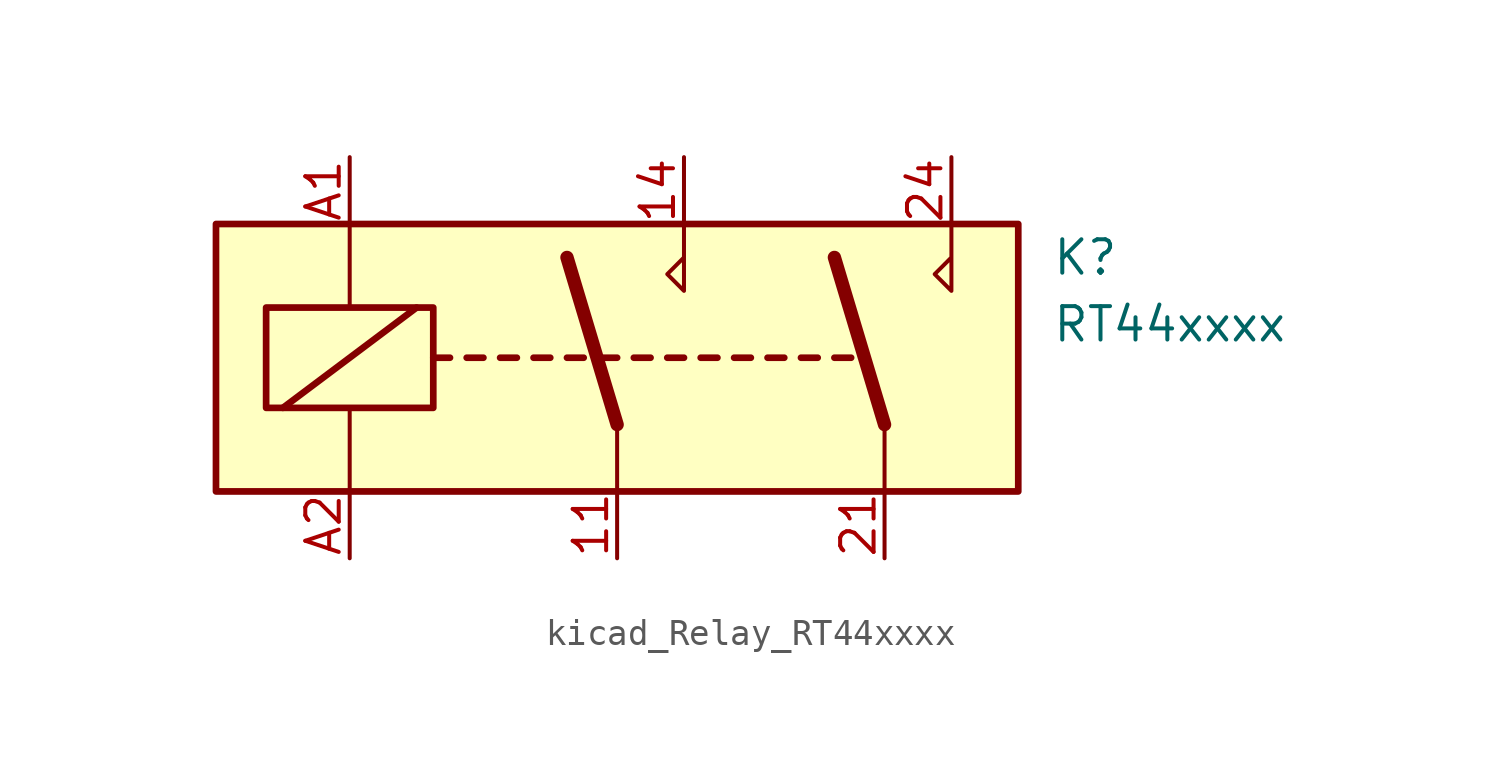
<source format=kicad_sym>
(kicad_symbol_lib
  (version 20220914)
  (generator kicad_symbol_editor)
  (symbol "kicad_Relay_RT44xxxx"
    (property "Reference" "K"
      (at 16.51 3.81 0)
      (effects (font (size 1.27 1.27)) (justify left)))
    (property "Value" "RT44xxxx"
      (at 16.51 1.27 0)
      (effects (font (size 1.27 1.27)) (justify left)))
    (symbol "kicad_Relay_RT44xxxx_0_1"
      (rectangle (start -15.24 5.08) (end 15.24 -5.08) (stroke (width 0.254) (type default)) (fill (type background)))
      (rectangle (start -13.335 1.905) (end -6.985 -1.905) (stroke (width 0.254) (type default)) (fill (type none)))
      (polyline (pts (xy -12.7 -1.905) (xy -7.62 1.905)) (stroke (width 0.254) (type default)) (fill (type none)))
      (polyline (pts (xy -10.16 -5.08) (xy -10.16 -1.905)) (stroke (width 0) (type default)) (fill (type none)))
      (polyline (pts (xy -10.16 5.08) (xy -10.16 1.905)) (stroke (width 0) (type default)) (fill (type none)))
      (polyline (pts (xy -6.985 0) (xy -6.35 0)) (stroke (width 0.254) (type default)) (fill (type none)))
      (polyline (pts (xy -5.715 0) (xy -5.08 0)) (stroke (width 0.254) (type default)) (fill (type none)))
      (polyline (pts (xy -4.445 0) (xy -3.81 0)) (stroke (width 0.254) (type default)) (fill (type none)))
      (polyline (pts (xy -3.175 0) (xy -2.54 0)) (stroke (width 0.254) (type default)) (fill (type none)))
      (polyline (pts (xy -1.905 0) (xy -1.27 0)) (stroke (width 0.254) (type default)) (fill (type none)))
      (polyline (pts (xy -0.635 0) (xy 0 0)) (stroke (width 0.254) (type default)) (fill (type none)))
      (polyline (pts (xy 0 -2.54) (xy -1.905 3.81)) (stroke (width 0.508) (type default)) (fill (type none)))
      (polyline (pts (xy 0 -2.54) (xy 0 -5.08)) (stroke (width 0) (type default)) (fill (type none)))
      (polyline (pts (xy 0.635 0) (xy 1.27 0)) (stroke (width 0.254) (type default)) (fill (type none)))
      (polyline (pts (xy 1.905 0) (xy 2.54 0)) (stroke (width 0.254) (type default)) (fill (type none)))
      (polyline (pts (xy 3.175 0) (xy 3.81 0)) (stroke (width 0.254) (type default)) (fill (type none)))
      (polyline (pts (xy 4.445 0) (xy 5.08 0)) (stroke (width 0.254) (type default)) (fill (type none)))
      (polyline (pts (xy 5.715 0) (xy 6.35 0)) (stroke (width 0.254) (type default)) (fill (type none)))
      (polyline (pts (xy 6.985 0) (xy 7.62 0)) (stroke (width 0.254) (type default)) (fill (type none)))
      (polyline (pts (xy 8.255 0) (xy 8.89 0)) (stroke (width 0.254) (type default)) (fill (type none)))
      (polyline (pts (xy 10.16 -2.54) (xy 8.255 3.81)) (stroke (width 0.508) (type default)) (fill (type none)))
      (polyline (pts (xy 10.16 -2.54) (xy 10.16 -5.08)) (stroke (width 0) (type default)) (fill (type none)))
      (polyline (pts (xy 2.54 5.08) (xy 2.54 2.54) (xy 1.905 3.175) (xy 2.54 3.81)) (stroke (width 0) (type default)) (fill (type none)))
      (polyline (pts (xy 12.7 5.08) (xy 12.7 2.54) (xy 12.065 3.175) (xy 12.7 3.81)) (stroke (width 0) (type default)) (fill (type none))))
    (symbol "kicad_Relay_RT44xxxx_1_1"
      (pin passive line (at 0 -7.62 90) (length 2.54) (name "~" (effects (font (size 1.27 1.27)))) (number "11" (effects (font (size 1.27 1.27)))))
      (pin passive line (at 2.54 7.62 270) (length 2.54) (name "~" (effects (font (size 1.27 1.27)))) (number "14" (effects (font (size 1.27 1.27)))))
      (pin passive line (at 10.16 -7.62 90) (length 2.54) (name "~" (effects (font (size 1.27 1.27)))) (number "21" (effects (font (size 1.27 1.27)))))
      (pin passive line (at 12.7 7.62 270) (length 2.54) (name "~" (effects (font (size 1.27 1.27)))) (number "24" (effects (font (size 1.27 1.27)))))
      (pin passive line (at -10.16 7.62 270) (length 2.54) (name "~" (effects (font (size 1.27 1.27)))) (number "A1" (effects (font (size 1.27 1.27)))))
      (pin passive line (at -10.16 -7.62 90) (length 2.54) (name "~" (effects (font (size 1.27 1.27)))) (number "A2" (effects (font (size 1.27 1.27))))))))
</source>
